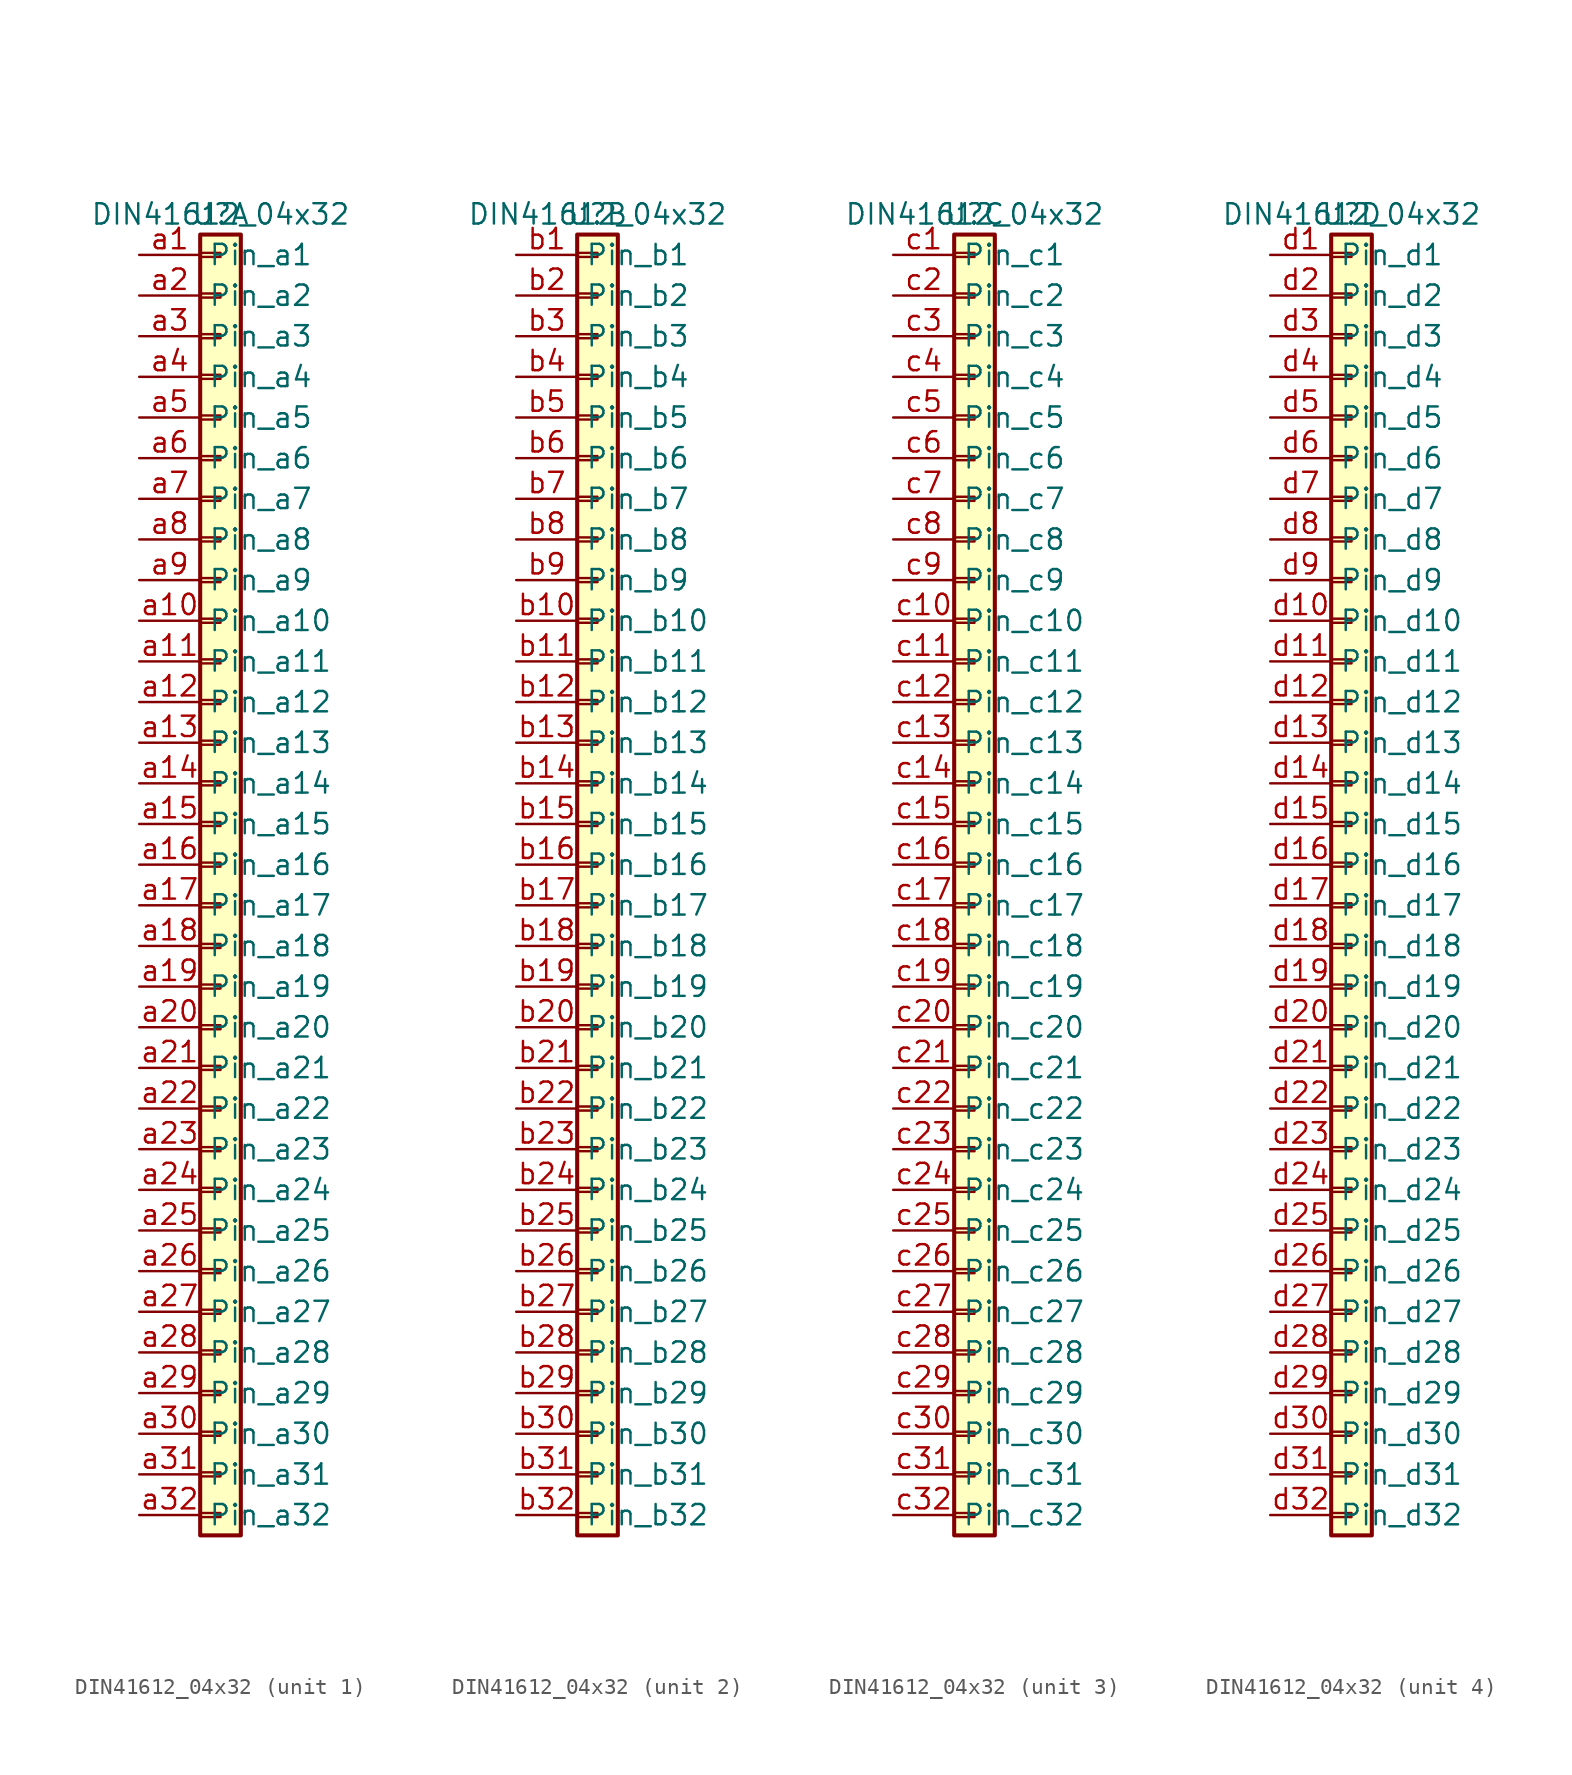
<source format=kicad_sym>
(kicad_symbol_lib
  (version 20231120)
  (generator "kicad_symbol_editor")
  (generator_version "8.0")
  (symbol "DIN41612_04x32"
    (property "Reference" "U"
      (at 0 40.64 0)
      (effects (font (size 1.27 1.27))))
    (property "Value" "DIN41612_04x32"
      (at 0 40.64 0)
      (effects (font (size 1.27 1.27))))
    (property "ki_locked" ""
      (at 0 0 0)
      (effects (font (size 1.27 1.27))))
    (symbol "DIN41612_04x32_1_1"
      (rectangle (start -1.27 -40.513) (end 0 -40.767) (stroke (width 0.152) (type default)) (fill (type none)))
      (rectangle (start -1.27 -37.973) (end 0 -38.227) (stroke (width 0.152) (type default)) (fill (type none)))
      (rectangle (start -1.27 -35.433) (end 0 -35.687) (stroke (width 0.152) (type default)) (fill (type none)))
      (rectangle (start -1.27 -32.893) (end 0 -33.147) (stroke (width 0.152) (type default)) (fill (type none)))
      (rectangle (start -1.27 -30.353) (end 0 -30.607) (stroke (width 0.152) (type default)) (fill (type none)))
      (rectangle (start -1.27 -27.813) (end 0 -28.067) (stroke (width 0.152) (type default)) (fill (type none)))
      (rectangle (start -1.27 -25.273) (end 0 -25.527) (stroke (width 0.152) (type default)) (fill (type none)))
      (rectangle (start -1.27 -22.733) (end 0 -22.987) (stroke (width 0.152) (type default)) (fill (type none)))
      (rectangle (start -1.27 -20.193) (end 0 -20.447) (stroke (width 0.152) (type default)) (fill (type none)))
      (rectangle (start -1.27 -17.653) (end 0 -17.907) (stroke (width 0.152) (type default)) (fill (type none)))
      (rectangle (start -1.27 -15.113) (end 0 -15.367) (stroke (width 0.152) (type default)) (fill (type none)))
      (rectangle (start -1.27 -12.573) (end 0 -12.827) (stroke (width 0.152) (type default)) (fill (type none)))
      (rectangle (start -1.27 -10.033) (end 0 -10.287) (stroke (width 0.152) (type default)) (fill (type none)))
      (rectangle (start -1.27 -7.493) (end 0 -7.747) (stroke (width 0.152) (type default)) (fill (type none)))
      (rectangle (start -1.27 -4.953) (end 0 -5.207) (stroke (width 0.152) (type default)) (fill (type none)))
      (rectangle (start -1.27 -2.413) (end 0 -2.667) (stroke (width 0.152) (type default)) (fill (type none)))
      (rectangle (start -1.27 0.127) (end 0 -0.127) (stroke (width 0.152) (type default)) (fill (type none)))
      (rectangle (start -1.27 2.667) (end 0 2.413) (stroke (width 0.152) (type default)) (fill (type none)))
      (rectangle (start -1.27 5.207) (end 0 4.953) (stroke (width 0.152) (type default)) (fill (type none)))
      (rectangle (start -1.27 7.747) (end 0 7.493) (stroke (width 0.152) (type default)) (fill (type none)))
      (rectangle (start -1.27 10.287) (end 0 10.033) (stroke (width 0.152) (type default)) (fill (type none)))
      (rectangle (start -1.27 12.827) (end 0 12.573) (stroke (width 0.152) (type default)) (fill (type none)))
      (rectangle (start -1.27 15.367) (end 0 15.113) (stroke (width 0.152) (type default)) (fill (type none)))
      (rectangle (start -1.27 17.907) (end 0 17.653) (stroke (width 0.152) (type default)) (fill (type none)))
      (rectangle (start -1.27 20.447) (end 0 20.193) (stroke (width 0.152) (type default)) (fill (type none)))
      (rectangle (start -1.27 22.987) (end 0 22.733) (stroke (width 0.152) (type default)) (fill (type none)))
      (rectangle (start -1.27 25.527) (end 0 25.273) (stroke (width 0.152) (type default)) (fill (type none)))
      (rectangle (start -1.27 28.067) (end 0 27.813) (stroke (width 0.152) (type default)) (fill (type none)))
      (rectangle (start -1.27 30.607) (end 0 30.353) (stroke (width 0.152) (type default)) (fill (type none)))
      (rectangle (start -1.27 33.147) (end 0 32.893) (stroke (width 0.152) (type default)) (fill (type none)))
      (rectangle (start -1.27 35.687) (end 0 35.433) (stroke (width 0.152) (type default)) (fill (type none)))
      (rectangle (start -1.27 38.227) (end 0 37.973) (stroke (width 0.152) (type default)) (fill (type none)))
      (rectangle (start -1.27 39.37) (end 1.27 -41.91) (stroke (width 0.254) (type default)) (fill (type background)))
      (pin passive line (at -5.08 38.1 0) (length 3.81) (name "Pin_a1" (effects (font (size 1.27 1.27)))) (number "a1" (effects (font (size 1.27 1.27)))))
      (pin passive line (at -5.08 15.24 0) (length 3.81) (name "Pin_a10" (effects (font (size 1.27 1.27)))) (number "a10" (effects (font (size 1.27 1.27)))))
      (pin passive line (at -5.08 12.7 0) (length 3.81) (name "Pin_a11" (effects (font (size 1.27 1.27)))) (number "a11" (effects (font (size 1.27 1.27)))))
      (pin passive line (at -5.08 10.16 0) (length 3.81) (name "Pin_a12" (effects (font (size 1.27 1.27)))) (number "a12" (effects (font (size 1.27 1.27)))))
      (pin passive line (at -5.08 7.62 0) (length 3.81) (name "Pin_a13" (effects (font (size 1.27 1.27)))) (number "a13" (effects (font (size 1.27 1.27)))))
      (pin passive line (at -5.08 5.08 0) (length 3.81) (name "Pin_a14" (effects (font (size 1.27 1.27)))) (number "a14" (effects (font (size 1.27 1.27)))))
      (pin passive line (at -5.08 2.54 0) (length 3.81) (name "Pin_a15" (effects (font (size 1.27 1.27)))) (number "a15" (effects (font (size 1.27 1.27)))))
      (pin passive line (at -5.08 0 0) (length 3.81) (name "Pin_a16" (effects (font (size 1.27 1.27)))) (number "a16" (effects (font (size 1.27 1.27)))))
      (pin passive line (at -5.08 -2.54 0) (length 3.81) (name "Pin_a17" (effects (font (size 1.27 1.27)))) (number "a17" (effects (font (size 1.27 1.27)))))
      (pin passive line (at -5.08 -5.08 0) (length 3.81) (name "Pin_a18" (effects (font (size 1.27 1.27)))) (number "a18" (effects (font (size 1.27 1.27)))))
      (pin passive line (at -5.08 -7.62 0) (length 3.81) (name "Pin_a19" (effects (font (size 1.27 1.27)))) (number "a19" (effects (font (size 1.27 1.27)))))
      (pin passive line (at -5.08 35.56 0) (length 3.81) (name "Pin_a2" (effects (font (size 1.27 1.27)))) (number "a2" (effects (font (size 1.27 1.27)))))
      (pin passive line (at -5.08 -10.16 0) (length 3.81) (name "Pin_a20" (effects (font (size 1.27 1.27)))) (number "a20" (effects (font (size 1.27 1.27)))))
      (pin passive line (at -5.08 -12.7 0) (length 3.81) (name "Pin_a21" (effects (font (size 1.27 1.27)))) (number "a21" (effects (font (size 1.27 1.27)))))
      (pin passive line (at -5.08 -15.24 0) (length 3.81) (name "Pin_a22" (effects (font (size 1.27 1.27)))) (number "a22" (effects (font (size 1.27 1.27)))))
      (pin passive line (at -5.08 -17.78 0) (length 3.81) (name "Pin_a23" (effects (font (size 1.27 1.27)))) (number "a23" (effects (font (size 1.27 1.27)))))
      (pin passive line (at -5.08 -20.32 0) (length 3.81) (name "Pin_a24" (effects (font (size 1.27 1.27)))) (number "a24" (effects (font (size 1.27 1.27)))))
      (pin passive line (at -5.08 -22.86 0) (length 3.81) (name "Pin_a25" (effects (font (size 1.27 1.27)))) (number "a25" (effects (font (size 1.27 1.27)))))
      (pin passive line (at -5.08 -25.4 0) (length 3.81) (name "Pin_a26" (effects (font (size 1.27 1.27)))) (number "a26" (effects (font (size 1.27 1.27)))))
      (pin passive line (at -5.08 -27.94 0) (length 3.81) (name "Pin_a27" (effects (font (size 1.27 1.27)))) (number "a27" (effects (font (size 1.27 1.27)))))
      (pin passive line (at -5.08 -30.48 0) (length 3.81) (name "Pin_a28" (effects (font (size 1.27 1.27)))) (number "a28" (effects (font (size 1.27 1.27)))))
      (pin passive line (at -5.08 -33.02 0) (length 3.81) (name "Pin_a29" (effects (font (size 1.27 1.27)))) (number "a29" (effects (font (size 1.27 1.27)))))
      (pin passive line (at -5.08 33.02 0) (length 3.81) (name "Pin_a3" (effects (font (size 1.27 1.27)))) (number "a3" (effects (font (size 1.27 1.27)))))
      (pin passive line (at -5.08 -35.56 0) (length 3.81) (name "Pin_a30" (effects (font (size 1.27 1.27)))) (number "a30" (effects (font (size 1.27 1.27)))))
      (pin passive line (at -5.08 -38.1 0) (length 3.81) (name "Pin_a31" (effects (font (size 1.27 1.27)))) (number "a31" (effects (font (size 1.27 1.27)))))
      (pin passive line (at -5.08 -40.64 0) (length 3.81) (name "Pin_a32" (effects (font (size 1.27 1.27)))) (number "a32" (effects (font (size 1.27 1.27)))))
      (pin passive line (at -5.08 30.48 0) (length 3.81) (name "Pin_a4" (effects (font (size 1.27 1.27)))) (number "a4" (effects (font (size 1.27 1.27)))))
      (pin passive line (at -5.08 27.94 0) (length 3.81) (name "Pin_a5" (effects (font (size 1.27 1.27)))) (number "a5" (effects (font (size 1.27 1.27)))))
      (pin passive line (at -5.08 25.4 0) (length 3.81) (name "Pin_a6" (effects (font (size 1.27 1.27)))) (number "a6" (effects (font (size 1.27 1.27)))))
      (pin passive line (at -5.08 22.86 0) (length 3.81) (name "Pin_a7" (effects (font (size 1.27 1.27)))) (number "a7" (effects (font (size 1.27 1.27)))))
      (pin passive line (at -5.08 20.32 0) (length 3.81) (name "Pin_a8" (effects (font (size 1.27 1.27)))) (number "a8" (effects (font (size 1.27 1.27)))))
      (pin passive line (at -5.08 17.78 0) (length 3.81) (name "Pin_a9" (effects (font (size 1.27 1.27)))) (number "a9" (effects (font (size 1.27 1.27))))))
    (symbol "DIN41612_04x32_2_1"
      (rectangle (start -1.27 -40.513) (end 0 -40.767) (stroke (width 0.152) (type default)) (fill (type none)))
      (rectangle (start -1.27 -37.973) (end 0 -38.227) (stroke (width 0.152) (type default)) (fill (type none)))
      (rectangle (start -1.27 -35.433) (end 0 -35.687) (stroke (width 0.152) (type default)) (fill (type none)))
      (rectangle (start -1.27 -32.893) (end 0 -33.147) (stroke (width 0.152) (type default)) (fill (type none)))
      (rectangle (start -1.27 -30.353) (end 0 -30.607) (stroke (width 0.152) (type default)) (fill (type none)))
      (rectangle (start -1.27 -27.813) (end 0 -28.067) (stroke (width 0.152) (type default)) (fill (type none)))
      (rectangle (start -1.27 -25.273) (end 0 -25.527) (stroke (width 0.152) (type default)) (fill (type none)))
      (rectangle (start -1.27 -22.733) (end 0 -22.987) (stroke (width 0.152) (type default)) (fill (type none)))
      (rectangle (start -1.27 -20.193) (end 0 -20.447) (stroke (width 0.152) (type default)) (fill (type none)))
      (rectangle (start -1.27 -17.653) (end 0 -17.907) (stroke (width 0.152) (type default)) (fill (type none)))
      (rectangle (start -1.27 -15.113) (end 0 -15.367) (stroke (width 0.152) (type default)) (fill (type none)))
      (rectangle (start -1.27 -12.573) (end 0 -12.827) (stroke (width 0.152) (type default)) (fill (type none)))
      (rectangle (start -1.27 -10.033) (end 0 -10.287) (stroke (width 0.152) (type default)) (fill (type none)))
      (rectangle (start -1.27 -7.493) (end 0 -7.747) (stroke (width 0.152) (type default)) (fill (type none)))
      (rectangle (start -1.27 -4.953) (end 0 -5.207) (stroke (width 0.152) (type default)) (fill (type none)))
      (rectangle (start -1.27 -2.413) (end 0 -2.667) (stroke (width 0.152) (type default)) (fill (type none)))
      (rectangle (start -1.27 0.127) (end 0 -0.127) (stroke (width 0.152) (type default)) (fill (type none)))
      (rectangle (start -1.27 2.667) (end 0 2.413) (stroke (width 0.152) (type default)) (fill (type none)))
      (rectangle (start -1.27 5.207) (end 0 4.953) (stroke (width 0.152) (type default)) (fill (type none)))
      (rectangle (start -1.27 7.747) (end 0 7.493) (stroke (width 0.152) (type default)) (fill (type none)))
      (rectangle (start -1.27 10.287) (end 0 10.033) (stroke (width 0.152) (type default)) (fill (type none)))
      (rectangle (start -1.27 12.827) (end 0 12.573) (stroke (width 0.152) (type default)) (fill (type none)))
      (rectangle (start -1.27 15.367) (end 0 15.113) (stroke (width 0.152) (type default)) (fill (type none)))
      (rectangle (start -1.27 17.907) (end 0 17.653) (stroke (width 0.152) (type default)) (fill (type none)))
      (rectangle (start -1.27 20.447) (end 0 20.193) (stroke (width 0.152) (type default)) (fill (type none)))
      (rectangle (start -1.27 22.987) (end 0 22.733) (stroke (width 0.152) (type default)) (fill (type none)))
      (rectangle (start -1.27 25.527) (end 0 25.273) (stroke (width 0.152) (type default)) (fill (type none)))
      (rectangle (start -1.27 28.067) (end 0 27.813) (stroke (width 0.152) (type default)) (fill (type none)))
      (rectangle (start -1.27 30.607) (end 0 30.353) (stroke (width 0.152) (type default)) (fill (type none)))
      (rectangle (start -1.27 33.147) (end 0 32.893) (stroke (width 0.152) (type default)) (fill (type none)))
      (rectangle (start -1.27 35.687) (end 0 35.433) (stroke (width 0.152) (type default)) (fill (type none)))
      (rectangle (start -1.27 38.227) (end 0 37.973) (stroke (width 0.152) (type default)) (fill (type none)))
      (rectangle (start -1.27 39.37) (end 1.27 -41.91) (stroke (width 0.254) (type default)) (fill (type background)))
      (pin passive line (at -5.08 38.1 0) (length 3.81) (name "Pin_b1" (effects (font (size 1.27 1.27)))) (number "b1" (effects (font (size 1.27 1.27)))))
      (pin passive line (at -5.08 15.24 0) (length 3.81) (name "Pin_b10" (effects (font (size 1.27 1.27)))) (number "b10" (effects (font (size 1.27 1.27)))))
      (pin passive line (at -5.08 12.7 0) (length 3.81) (name "Pin_b11" (effects (font (size 1.27 1.27)))) (number "b11" (effects (font (size 1.27 1.27)))))
      (pin passive line (at -5.08 10.16 0) (length 3.81) (name "Pin_b12" (effects (font (size 1.27 1.27)))) (number "b12" (effects (font (size 1.27 1.27)))))
      (pin passive line (at -5.08 7.62 0) (length 3.81) (name "Pin_b13" (effects (font (size 1.27 1.27)))) (number "b13" (effects (font (size 1.27 1.27)))))
      (pin passive line (at -5.08 5.08 0) (length 3.81) (name "Pin_b14" (effects (font (size 1.27 1.27)))) (number "b14" (effects (font (size 1.27 1.27)))))
      (pin passive line (at -5.08 2.54 0) (length 3.81) (name "Pin_b15" (effects (font (size 1.27 1.27)))) (number "b15" (effects (font (size 1.27 1.27)))))
      (pin passive line (at -5.08 0 0) (length 3.81) (name "Pin_b16" (effects (font (size 1.27 1.27)))) (number "b16" (effects (font (size 1.27 1.27)))))
      (pin passive line (at -5.08 -2.54 0) (length 3.81) (name "Pin_b17" (effects (font (size 1.27 1.27)))) (number "b17" (effects (font (size 1.27 1.27)))))
      (pin passive line (at -5.08 -5.08 0) (length 3.81) (name "Pin_b18" (effects (font (size 1.27 1.27)))) (number "b18" (effects (font (size 1.27 1.27)))))
      (pin passive line (at -5.08 -7.62 0) (length 3.81) (name "Pin_b19" (effects (font (size 1.27 1.27)))) (number "b19" (effects (font (size 1.27 1.27)))))
      (pin passive line (at -5.08 35.56 0) (length 3.81) (name "Pin_b2" (effects (font (size 1.27 1.27)))) (number "b2" (effects (font (size 1.27 1.27)))))
      (pin passive line (at -5.08 -10.16 0) (length 3.81) (name "Pin_b20" (effects (font (size 1.27 1.27)))) (number "b20" (effects (font (size 1.27 1.27)))))
      (pin passive line (at -5.08 -12.7 0) (length 3.81) (name "Pin_b21" (effects (font (size 1.27 1.27)))) (number "b21" (effects (font (size 1.27 1.27)))))
      (pin passive line (at -5.08 -15.24 0) (length 3.81) (name "Pin_b22" (effects (font (size 1.27 1.27)))) (number "b22" (effects (font (size 1.27 1.27)))))
      (pin passive line (at -5.08 -17.78 0) (length 3.81) (name "Pin_b23" (effects (font (size 1.27 1.27)))) (number "b23" (effects (font (size 1.27 1.27)))))
      (pin passive line (at -5.08 -20.32 0) (length 3.81) (name "Pin_b24" (effects (font (size 1.27 1.27)))) (number "b24" (effects (font (size 1.27 1.27)))))
      (pin passive line (at -5.08 -22.86 0) (length 3.81) (name "Pin_b25" (effects (font (size 1.27 1.27)))) (number "b25" (effects (font (size 1.27 1.27)))))
      (pin passive line (at -5.08 -25.4 0) (length 3.81) (name "Pin_b26" (effects (font (size 1.27 1.27)))) (number "b26" (effects (font (size 1.27 1.27)))))
      (pin passive line (at -5.08 -27.94 0) (length 3.81) (name "Pin_b27" (effects (font (size 1.27 1.27)))) (number "b27" (effects (font (size 1.27 1.27)))))
      (pin passive line (at -5.08 -30.48 0) (length 3.81) (name "Pin_b28" (effects (font (size 1.27 1.27)))) (number "b28" (effects (font (size 1.27 1.27)))))
      (pin passive line (at -5.08 -33.02 0) (length 3.81) (name "Pin_b29" (effects (font (size 1.27 1.27)))) (number "b29" (effects (font (size 1.27 1.27)))))
      (pin passive line (at -5.08 33.02 0) (length 3.81) (name "Pin_b3" (effects (font (size 1.27 1.27)))) (number "b3" (effects (font (size 1.27 1.27)))))
      (pin passive line (at -5.08 -35.56 0) (length 3.81) (name "Pin_b30" (effects (font (size 1.27 1.27)))) (number "b30" (effects (font (size 1.27 1.27)))))
      (pin passive line (at -5.08 -38.1 0) (length 3.81) (name "Pin_b31" (effects (font (size 1.27 1.27)))) (number "b31" (effects (font (size 1.27 1.27)))))
      (pin passive line (at -5.08 -40.64 0) (length 3.81) (name "Pin_b32" (effects (font (size 1.27 1.27)))) (number "b32" (effects (font (size 1.27 1.27)))))
      (pin passive line (at -5.08 30.48 0) (length 3.81) (name "Pin_b4" (effects (font (size 1.27 1.27)))) (number "b4" (effects (font (size 1.27 1.27)))))
      (pin passive line (at -5.08 27.94 0) (length 3.81) (name "Pin_b5" (effects (font (size 1.27 1.27)))) (number "b5" (effects (font (size 1.27 1.27)))))
      (pin passive line (at -5.08 25.4 0) (length 3.81) (name "Pin_b6" (effects (font (size 1.27 1.27)))) (number "b6" (effects (font (size 1.27 1.27)))))
      (pin passive line (at -5.08 22.86 0) (length 3.81) (name "Pin_b7" (effects (font (size 1.27 1.27)))) (number "b7" (effects (font (size 1.27 1.27)))))
      (pin passive line (at -5.08 20.32 0) (length 3.81) (name "Pin_b8" (effects (font (size 1.27 1.27)))) (number "b8" (effects (font (size 1.27 1.27)))))
      (pin passive line (at -5.08 17.78 0) (length 3.81) (name "Pin_b9" (effects (font (size 1.27 1.27)))) (number "b9" (effects (font (size 1.27 1.27))))))
    (symbol "DIN41612_04x32_3_1"
      (rectangle (start -1.27 -40.513) (end 0 -40.767) (stroke (width 0.152) (type default)) (fill (type none)))
      (rectangle (start -1.27 -37.973) (end 0 -38.227) (stroke (width 0.152) (type default)) (fill (type none)))
      (rectangle (start -1.27 -35.433) (end 0 -35.687) (stroke (width 0.152) (type default)) (fill (type none)))
      (rectangle (start -1.27 -32.893) (end 0 -33.147) (stroke (width 0.152) (type default)) (fill (type none)))
      (rectangle (start -1.27 -30.353) (end 0 -30.607) (stroke (width 0.152) (type default)) (fill (type none)))
      (rectangle (start -1.27 -27.813) (end 0 -28.067) (stroke (width 0.152) (type default)) (fill (type none)))
      (rectangle (start -1.27 -25.273) (end 0 -25.527) (stroke (width 0.152) (type default)) (fill (type none)))
      (rectangle (start -1.27 -22.733) (end 0 -22.987) (stroke (width 0.152) (type default)) (fill (type none)))
      (rectangle (start -1.27 -20.193) (end 0 -20.447) (stroke (width 0.152) (type default)) (fill (type none)))
      (rectangle (start -1.27 -17.653) (end 0 -17.907) (stroke (width 0.152) (type default)) (fill (type none)))
      (rectangle (start -1.27 -15.113) (end 0 -15.367) (stroke (width 0.152) (type default)) (fill (type none)))
      (rectangle (start -1.27 -12.573) (end 0 -12.827) (stroke (width 0.152) (type default)) (fill (type none)))
      (rectangle (start -1.27 -10.033) (end 0 -10.287) (stroke (width 0.152) (type default)) (fill (type none)))
      (rectangle (start -1.27 -7.493) (end 0 -7.747) (stroke (width 0.152) (type default)) (fill (type none)))
      (rectangle (start -1.27 -4.953) (end 0 -5.207) (stroke (width 0.152) (type default)) (fill (type none)))
      (rectangle (start -1.27 -2.413) (end 0 -2.667) (stroke (width 0.152) (type default)) (fill (type none)))
      (rectangle (start -1.27 0.127) (end 0 -0.127) (stroke (width 0.152) (type default)) (fill (type none)))
      (rectangle (start -1.27 2.667) (end 0 2.413) (stroke (width 0.152) (type default)) (fill (type none)))
      (rectangle (start -1.27 5.207) (end 0 4.953) (stroke (width 0.152) (type default)) (fill (type none)))
      (rectangle (start -1.27 7.747) (end 0 7.493) (stroke (width 0.152) (type default)) (fill (type none)))
      (rectangle (start -1.27 10.287) (end 0 10.033) (stroke (width 0.152) (type default)) (fill (type none)))
      (rectangle (start -1.27 12.827) (end 0 12.573) (stroke (width 0.152) (type default)) (fill (type none)))
      (rectangle (start -1.27 15.367) (end 0 15.113) (stroke (width 0.152) (type default)) (fill (type none)))
      (rectangle (start -1.27 17.907) (end 0 17.653) (stroke (width 0.152) (type default)) (fill (type none)))
      (rectangle (start -1.27 20.447) (end 0 20.193) (stroke (width 0.152) (type default)) (fill (type none)))
      (rectangle (start -1.27 22.987) (end 0 22.733) (stroke (width 0.152) (type default)) (fill (type none)))
      (rectangle (start -1.27 25.527) (end 0 25.273) (stroke (width 0.152) (type default)) (fill (type none)))
      (rectangle (start -1.27 28.067) (end 0 27.813) (stroke (width 0.152) (type default)) (fill (type none)))
      (rectangle (start -1.27 30.607) (end 0 30.353) (stroke (width 0.152) (type default)) (fill (type none)))
      (rectangle (start -1.27 33.147) (end 0 32.893) (stroke (width 0.152) (type default)) (fill (type none)))
      (rectangle (start -1.27 35.687) (end 0 35.433) (stroke (width 0.152) (type default)) (fill (type none)))
      (rectangle (start -1.27 38.227) (end 0 37.973) (stroke (width 0.152) (type default)) (fill (type none)))
      (rectangle (start -1.27 39.37) (end 1.27 -41.91) (stroke (width 0.254) (type default)) (fill (type background)))
      (pin passive line (at -5.08 38.1 0) (length 3.81) (name "Pin_c1" (effects (font (size 1.27 1.27)))) (number "c1" (effects (font (size 1.27 1.27)))))
      (pin passive line (at -5.08 15.24 0) (length 3.81) (name "Pin_c10" (effects (font (size 1.27 1.27)))) (number "c10" (effects (font (size 1.27 1.27)))))
      (pin passive line (at -5.08 12.7 0) (length 3.81) (name "Pin_c11" (effects (font (size 1.27 1.27)))) (number "c11" (effects (font (size 1.27 1.27)))))
      (pin passive line (at -5.08 10.16 0) (length 3.81) (name "Pin_c12" (effects (font (size 1.27 1.27)))) (number "c12" (effects (font (size 1.27 1.27)))))
      (pin passive line (at -5.08 7.62 0) (length 3.81) (name "Pin_c13" (effects (font (size 1.27 1.27)))) (number "c13" (effects (font (size 1.27 1.27)))))
      (pin passive line (at -5.08 5.08 0) (length 3.81) (name "Pin_c14" (effects (font (size 1.27 1.27)))) (number "c14" (effects (font (size 1.27 1.27)))))
      (pin passive line (at -5.08 2.54 0) (length 3.81) (name "Pin_c15" (effects (font (size 1.27 1.27)))) (number "c15" (effects (font (size 1.27 1.27)))))
      (pin passive line (at -5.08 0 0) (length 3.81) (name "Pin_c16" (effects (font (size 1.27 1.27)))) (number "c16" (effects (font (size 1.27 1.27)))))
      (pin passive line (at -5.08 -2.54 0) (length 3.81) (name "Pin_c17" (effects (font (size 1.27 1.27)))) (number "c17" (effects (font (size 1.27 1.27)))))
      (pin passive line (at -5.08 -5.08 0) (length 3.81) (name "Pin_c18" (effects (font (size 1.27 1.27)))) (number "c18" (effects (font (size 1.27 1.27)))))
      (pin passive line (at -5.08 -7.62 0) (length 3.81) (name "Pin_c19" (effects (font (size 1.27 1.27)))) (number "c19" (effects (font (size 1.27 1.27)))))
      (pin passive line (at -5.08 35.56 0) (length 3.81) (name "Pin_c2" (effects (font (size 1.27 1.27)))) (number "c2" (effects (font (size 1.27 1.27)))))
      (pin passive line (at -5.08 -10.16 0) (length 3.81) (name "Pin_c20" (effects (font (size 1.27 1.27)))) (number "c20" (effects (font (size 1.27 1.27)))))
      (pin passive line (at -5.08 -12.7 0) (length 3.81) (name "Pin_c21" (effects (font (size 1.27 1.27)))) (number "c21" (effects (font (size 1.27 1.27)))))
      (pin passive line (at -5.08 -15.24 0) (length 3.81) (name "Pin_c22" (effects (font (size 1.27 1.27)))) (number "c22" (effects (font (size 1.27 1.27)))))
      (pin passive line (at -5.08 -17.78 0) (length 3.81) (name "Pin_c23" (effects (font (size 1.27 1.27)))) (number "c23" (effects (font (size 1.27 1.27)))))
      (pin passive line (at -5.08 -20.32 0) (length 3.81) (name "Pin_c24" (effects (font (size 1.27 1.27)))) (number "c24" (effects (font (size 1.27 1.27)))))
      (pin passive line (at -5.08 -22.86 0) (length 3.81) (name "Pin_c25" (effects (font (size 1.27 1.27)))) (number "c25" (effects (font (size 1.27 1.27)))))
      (pin passive line (at -5.08 -25.4 0) (length 3.81) (name "Pin_c26" (effects (font (size 1.27 1.27)))) (number "c26" (effects (font (size 1.27 1.27)))))
      (pin passive line (at -5.08 -27.94 0) (length 3.81) (name "Pin_c27" (effects (font (size 1.27 1.27)))) (number "c27" (effects (font (size 1.27 1.27)))))
      (pin passive line (at -5.08 -30.48 0) (length 3.81) (name "Pin_c28" (effects (font (size 1.27 1.27)))) (number "c28" (effects (font (size 1.27 1.27)))))
      (pin passive line (at -5.08 -33.02 0) (length 3.81) (name "Pin_c29" (effects (font (size 1.27 1.27)))) (number "c29" (effects (font (size 1.27 1.27)))))
      (pin passive line (at -5.08 33.02 0) (length 3.81) (name "Pin_c3" (effects (font (size 1.27 1.27)))) (number "c3" (effects (font (size 1.27 1.27)))))
      (pin passive line (at -5.08 -35.56 0) (length 3.81) (name "Pin_c30" (effects (font (size 1.27 1.27)))) (number "c30" (effects (font (size 1.27 1.27)))))
      (pin passive line (at -5.08 -38.1 0) (length 3.81) (name "Pin_c31" (effects (font (size 1.27 1.27)))) (number "c31" (effects (font (size 1.27 1.27)))))
      (pin passive line (at -5.08 -40.64 0) (length 3.81) (name "Pin_c32" (effects (font (size 1.27 1.27)))) (number "c32" (effects (font (size 1.27 1.27)))))
      (pin passive line (at -5.08 30.48 0) (length 3.81) (name "Pin_c4" (effects (font (size 1.27 1.27)))) (number "c4" (effects (font (size 1.27 1.27)))))
      (pin passive line (at -5.08 27.94 0) (length 3.81) (name "Pin_c5" (effects (font (size 1.27 1.27)))) (number "c5" (effects (font (size 1.27 1.27)))))
      (pin passive line (at -5.08 25.4 0) (length 3.81) (name "Pin_c6" (effects (font (size 1.27 1.27)))) (number "c6" (effects (font (size 1.27 1.27)))))
      (pin passive line (at -5.08 22.86 0) (length 3.81) (name "Pin_c7" (effects (font (size 1.27 1.27)))) (number "c7" (effects (font (size 1.27 1.27)))))
      (pin passive line (at -5.08 20.32 0) (length 3.81) (name "Pin_c8" (effects (font (size 1.27 1.27)))) (number "c8" (effects (font (size 1.27 1.27)))))
      (pin passive line (at -5.08 17.78 0) (length 3.81) (name "Pin_c9" (effects (font (size 1.27 1.27)))) (number "c9" (effects (font (size 1.27 1.27))))))
    (symbol "DIN41612_04x32_4_1"
      (rectangle (start -1.27 -40.513) (end 0 -40.767) (stroke (width 0.152) (type default)) (fill (type none)))
      (rectangle (start -1.27 -37.973) (end 0 -38.227) (stroke (width 0.152) (type default)) (fill (type none)))
      (rectangle (start -1.27 -35.433) (end 0 -35.687) (stroke (width 0.152) (type default)) (fill (type none)))
      (rectangle (start -1.27 -32.893) (end 0 -33.147) (stroke (width 0.152) (type default)) (fill (type none)))
      (rectangle (start -1.27 -30.353) (end 0 -30.607) (stroke (width 0.152) (type default)) (fill (type none)))
      (rectangle (start -1.27 -27.813) (end 0 -28.067) (stroke (width 0.152) (type default)) (fill (type none)))
      (rectangle (start -1.27 -25.273) (end 0 -25.527) (stroke (width 0.152) (type default)) (fill (type none)))
      (rectangle (start -1.27 -22.733) (end 0 -22.987) (stroke (width 0.152) (type default)) (fill (type none)))
      (rectangle (start -1.27 -20.193) (end 0 -20.447) (stroke (width 0.152) (type default)) (fill (type none)))
      (rectangle (start -1.27 -17.653) (end 0 -17.907) (stroke (width 0.152) (type default)) (fill (type none)))
      (rectangle (start -1.27 -15.113) (end 0 -15.367) (stroke (width 0.152) (type default)) (fill (type none)))
      (rectangle (start -1.27 -12.573) (end 0 -12.827) (stroke (width 0.152) (type default)) (fill (type none)))
      (rectangle (start -1.27 -10.033) (end 0 -10.287) (stroke (width 0.152) (type default)) (fill (type none)))
      (rectangle (start -1.27 -7.493) (end 0 -7.747) (stroke (width 0.152) (type default)) (fill (type none)))
      (rectangle (start -1.27 -4.953) (end 0 -5.207) (stroke (width 0.152) (type default)) (fill (type none)))
      (rectangle (start -1.27 -2.413) (end 0 -2.667) (stroke (width 0.152) (type default)) (fill (type none)))
      (rectangle (start -1.27 0.127) (end 0 -0.127) (stroke (width 0.152) (type default)) (fill (type none)))
      (rectangle (start -1.27 2.667) (end 0 2.413) (stroke (width 0.152) (type default)) (fill (type none)))
      (rectangle (start -1.27 5.207) (end 0 4.953) (stroke (width 0.152) (type default)) (fill (type none)))
      (rectangle (start -1.27 7.747) (end 0 7.493) (stroke (width 0.152) (type default)) (fill (type none)))
      (rectangle (start -1.27 10.287) (end 0 10.033) (stroke (width 0.152) (type default)) (fill (type none)))
      (rectangle (start -1.27 12.827) (end 0 12.573) (stroke (width 0.152) (type default)) (fill (type none)))
      (rectangle (start -1.27 15.367) (end 0 15.113) (stroke (width 0.152) (type default)) (fill (type none)))
      (rectangle (start -1.27 17.907) (end 0 17.653) (stroke (width 0.152) (type default)) (fill (type none)))
      (rectangle (start -1.27 20.447) (end 0 20.193) (stroke (width 0.152) (type default)) (fill (type none)))
      (rectangle (start -1.27 22.987) (end 0 22.733) (stroke (width 0.152) (type default)) (fill (type none)))
      (rectangle (start -1.27 25.527) (end 0 25.273) (stroke (width 0.152) (type default)) (fill (type none)))
      (rectangle (start -1.27 28.067) (end 0 27.813) (stroke (width 0.152) (type default)) (fill (type none)))
      (rectangle (start -1.27 30.607) (end 0 30.353) (stroke (width 0.152) (type default)) (fill (type none)))
      (rectangle (start -1.27 33.147) (end 0 32.893) (stroke (width 0.152) (type default)) (fill (type none)))
      (rectangle (start -1.27 35.687) (end 0 35.433) (stroke (width 0.152) (type default)) (fill (type none)))
      (rectangle (start -1.27 38.227) (end 0 37.973) (stroke (width 0.152) (type default)) (fill (type none)))
      (rectangle (start -1.27 39.37) (end 1.27 -41.91) (stroke (width 0.254) (type default)) (fill (type background)))
      (pin passive line (at -5.08 38.1 0) (length 3.81) (name "Pin_d1" (effects (font (size 1.27 1.27)))) (number "d1" (effects (font (size 1.27 1.27)))))
      (pin passive line (at -5.08 15.24 0) (length 3.81) (name "Pin_d10" (effects (font (size 1.27 1.27)))) (number "d10" (effects (font (size 1.27 1.27)))))
      (pin passive line (at -5.08 12.7 0) (length 3.81) (name "Pin_d11" (effects (font (size 1.27 1.27)))) (number "d11" (effects (font (size 1.27 1.27)))))
      (pin passive line (at -5.08 10.16 0) (length 3.81) (name "Pin_d12" (effects (font (size 1.27 1.27)))) (number "d12" (effects (font (size 1.27 1.27)))))
      (pin passive line (at -5.08 7.62 0) (length 3.81) (name "Pin_d13" (effects (font (size 1.27 1.27)))) (number "d13" (effects (font (size 1.27 1.27)))))
      (pin passive line (at -5.08 5.08 0) (length 3.81) (name "Pin_d14" (effects (font (size 1.27 1.27)))) (number "d14" (effects (font (size 1.27 1.27)))))
      (pin passive line (at -5.08 2.54 0) (length 3.81) (name "Pin_d15" (effects (font (size 1.27 1.27)))) (number "d15" (effects (font (size 1.27 1.27)))))
      (pin passive line (at -5.08 0 0) (length 3.81) (name "Pin_d16" (effects (font (size 1.27 1.27)))) (number "d16" (effects (font (size 1.27 1.27)))))
      (pin passive line (at -5.08 -2.54 0) (length 3.81) (name "Pin_d17" (effects (font (size 1.27 1.27)))) (number "d17" (effects (font (size 1.27 1.27)))))
      (pin passive line (at -5.08 -5.08 0) (length 3.81) (name "Pin_d18" (effects (font (size 1.27 1.27)))) (number "d18" (effects (font (size 1.27 1.27)))))
      (pin passive line (at -5.08 -7.62 0) (length 3.81) (name "Pin_d19" (effects (font (size 1.27 1.27)))) (number "d19" (effects (font (size 1.27 1.27)))))
      (pin passive line (at -5.08 35.56 0) (length 3.81) (name "Pin_d2" (effects (font (size 1.27 1.27)))) (number "d2" (effects (font (size 1.27 1.27)))))
      (pin passive line (at -5.08 -10.16 0) (length 3.81) (name "Pin_d20" (effects (font (size 1.27 1.27)))) (number "d20" (effects (font (size 1.27 1.27)))))
      (pin passive line (at -5.08 -12.7 0) (length 3.81) (name "Pin_d21" (effects (font (size 1.27 1.27)))) (number "d21" (effects (font (size 1.27 1.27)))))
      (pin passive line (at -5.08 -15.24 0) (length 3.81) (name "Pin_d22" (effects (font (size 1.27 1.27)))) (number "d22" (effects (font (size 1.27 1.27)))))
      (pin passive line (at -5.08 -17.78 0) (length 3.81) (name "Pin_d23" (effects (font (size 1.27 1.27)))) (number "d23" (effects (font (size 1.27 1.27)))))
      (pin passive line (at -5.08 -20.32 0) (length 3.81) (name "Pin_d24" (effects (font (size 1.27 1.27)))) (number "d24" (effects (font (size 1.27 1.27)))))
      (pin passive line (at -5.08 -22.86 0) (length 3.81) (name "Pin_d25" (effects (font (size 1.27 1.27)))) (number "d25" (effects (font (size 1.27 1.27)))))
      (pin passive line (at -5.08 -25.4 0) (length 3.81) (name "Pin_d26" (effects (font (size 1.27 1.27)))) (number "d26" (effects (font (size 1.27 1.27)))))
      (pin passive line (at -5.08 -27.94 0) (length 3.81) (name "Pin_d27" (effects (font (size 1.27 1.27)))) (number "d27" (effects (font (size 1.27 1.27)))))
      (pin passive line (at -5.08 -30.48 0) (length 3.81) (name "Pin_d28" (effects (font (size 1.27 1.27)))) (number "d28" (effects (font (size 1.27 1.27)))))
      (pin passive line (at -5.08 -33.02 0) (length 3.81) (name "Pin_d29" (effects (font (size 1.27 1.27)))) (number "d29" (effects (font (size 1.27 1.27)))))
      (pin passive line (at -5.08 33.02 0) (length 3.81) (name "Pin_d3" (effects (font (size 1.27 1.27)))) (number "d3" (effects (font (size 1.27 1.27)))))
      (pin passive line (at -5.08 -35.56 0) (length 3.81) (name "Pin_d30" (effects (font (size 1.27 1.27)))) (number "d30" (effects (font (size 1.27 1.27)))))
      (pin passive line (at -5.08 -38.1 0) (length 3.81) (name "Pin_d31" (effects (font (size 1.27 1.27)))) (number "d31" (effects (font (size 1.27 1.27)))))
      (pin passive line (at -5.08 -40.64 0) (length 3.81) (name "Pin_d32" (effects (font (size 1.27 1.27)))) (number "d32" (effects (font (size 1.27 1.27)))))
      (pin passive line (at -5.08 30.48 0) (length 3.81) (name "Pin_d4" (effects (font (size 1.27 1.27)))) (number "d4" (effects (font (size 1.27 1.27)))))
      (pin passive line (at -5.08 27.94 0) (length 3.81) (name "Pin_d5" (effects (font (size 1.27 1.27)))) (number "d5" (effects (font (size 1.27 1.27)))))
      (pin passive line (at -5.08 25.4 0) (length 3.81) (name "Pin_d6" (effects (font (size 1.27 1.27)))) (number "d6" (effects (font (size 1.27 1.27)))))
      (pin passive line (at -5.08 22.86 0) (length 3.81) (name "Pin_d7" (effects (font (size 1.27 1.27)))) (number "d7" (effects (font (size 1.27 1.27)))))
      (pin passive line (at -5.08 20.32 0) (length 3.81) (name "Pin_d8" (effects (font (size 1.27 1.27)))) (number "d8" (effects (font (size 1.27 1.27)))))
      (pin passive line (at -5.08 17.78 0) (length 3.81) (name "Pin_d9" (effects (font (size 1.27 1.27)))) (number "d9" (effects (font (size 1.27 1.27))))))))
</source>
